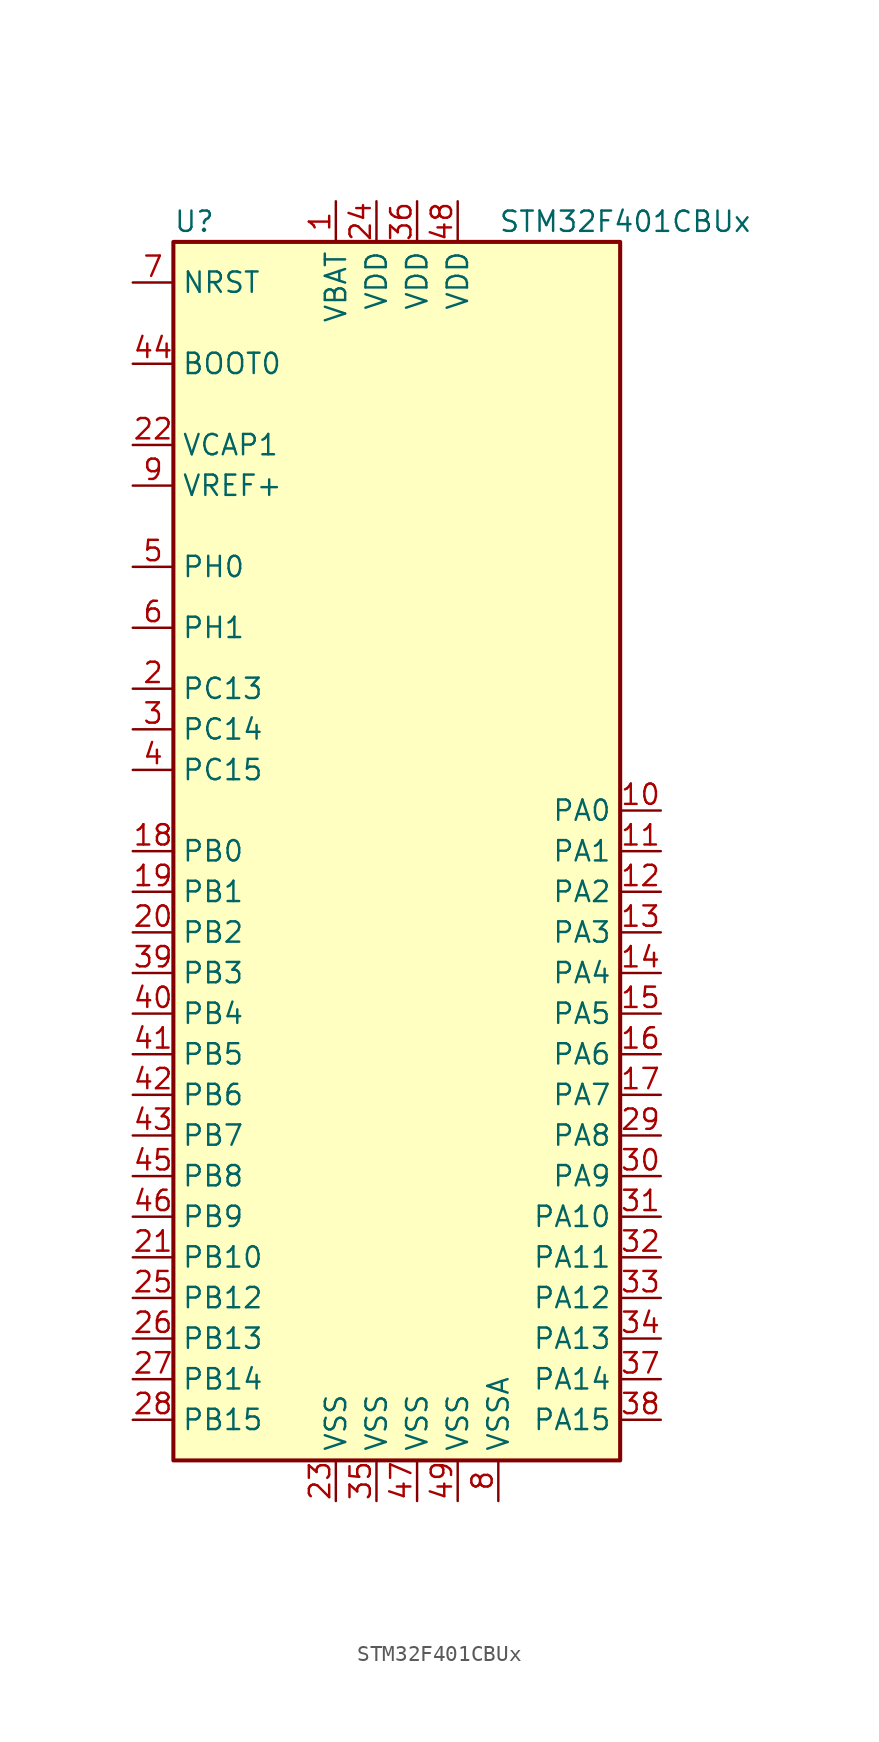
<source format=kicad_sym>
(kicad_symbol_lib
  (version 20220914)
  (generator kicad_symbol_editor)
  (symbol "STM32F401CBUx"
    (property "Reference" "U"
      (at -15.24 39.37 0)
      (effects (font (size 1.27 1.27)) (justify left)))
    (property "Value" "STM32F401CBUx"
      (at 5.08 39.37 0)
      (effects (font (size 1.27 1.27)) (justify left)))
    (symbol "STM32F401CBUx_0_1"
      (rectangle (start -15.24 -38.1) (end 12.7 38.1) (stroke (width 0.254) (type default)) (fill (type background))))
    (symbol "STM32F401CBUx_1_1"
      (pin power_in line (at -5.08 40.64 270) (length 2.54) (name "VBAT" (effects (font (size 1.27 1.27)))) (number "1" (effects (font (size 1.27 1.27)))))
      (pin bidirectional line (at 15.24 2.54 180) (length 2.54) (name "PA0" (effects (font (size 1.27 1.27)))) (number "10" (effects (font (size 1.27 1.27)))))
      (pin bidirectional line (at 15.24 0 180) (length 2.54) (name "PA1" (effects (font (size 1.27 1.27)))) (number "11" (effects (font (size 1.27 1.27)))))
      (pin bidirectional line (at 15.24 -2.54 180) (length 2.54) (name "PA2" (effects (font (size 1.27 1.27)))) (number "12" (effects (font (size 1.27 1.27)))))
      (pin bidirectional line (at 15.24 -5.08 180) (length 2.54) (name "PA3" (effects (font (size 1.27 1.27)))) (number "13" (effects (font (size 1.27 1.27)))))
      (pin bidirectional line (at 15.24 -7.62 180) (length 2.54) (name "PA4" (effects (font (size 1.27 1.27)))) (number "14" (effects (font (size 1.27 1.27)))))
      (pin bidirectional line (at 15.24 -10.16 180) (length 2.54) (name "PA5" (effects (font (size 1.27 1.27)))) (number "15" (effects (font (size 1.27 1.27)))))
      (pin bidirectional line (at 15.24 -12.7 180) (length 2.54) (name "PA6" (effects (font (size 1.27 1.27)))) (number "16" (effects (font (size 1.27 1.27)))))
      (pin bidirectional line (at 15.24 -15.24 180) (length 2.54) (name "PA7" (effects (font (size 1.27 1.27)))) (number "17" (effects (font (size 1.27 1.27)))))
      (pin bidirectional line (at -17.78 0 0) (length 2.54) (name "PB0" (effects (font (size 1.27 1.27)))) (number "18" (effects (font (size 1.27 1.27)))))
      (pin bidirectional line (at -17.78 -2.54 0) (length 2.54) (name "PB1" (effects (font (size 1.27 1.27)))) (number "19" (effects (font (size 1.27 1.27)))))
      (pin bidirectional line (at -17.78 10.16 0) (length 2.54) (name "PC13" (effects (font (size 1.27 1.27)))) (number "2" (effects (font (size 1.27 1.27)))))
      (pin bidirectional line (at -17.78 -5.08 0) (length 2.54) (name "PB2" (effects (font (size 1.27 1.27)))) (number "20" (effects (font (size 1.27 1.27)))))
      (pin bidirectional line (at -17.78 -25.4 0) (length 2.54) (name "PB10" (effects (font (size 1.27 1.27)))) (number "21" (effects (font (size 1.27 1.27)))))
      (pin power_out line (at -17.78 25.4 0) (length 2.54) (name "VCAP1" (effects (font (size 1.27 1.27)))) (number "22" (effects (font (size 1.27 1.27)))))
      (pin power_in line (at -5.08 -40.64 90) (length 2.54) (name "VSS" (effects (font (size 1.27 1.27)))) (number "23" (effects (font (size 1.27 1.27)))))
      (pin power_in line (at -2.54 40.64 270) (length 2.54) (name "VDD" (effects (font (size 1.27 1.27)))) (number "24" (effects (font (size 1.27 1.27)))))
      (pin bidirectional line (at -17.78 -27.94 0) (length 2.54) (name "PB12" (effects (font (size 1.27 1.27)))) (number "25" (effects (font (size 1.27 1.27)))))
      (pin bidirectional line (at -17.78 -30.48 0) (length 2.54) (name "PB13" (effects (font (size 1.27 1.27)))) (number "26" (effects (font (size 1.27 1.27)))))
      (pin bidirectional line (at -17.78 -33.02 0) (length 2.54) (name "PB14" (effects (font (size 1.27 1.27)))) (number "27" (effects (font (size 1.27 1.27)))))
      (pin bidirectional line (at -17.78 -35.56 0) (length 2.54) (name "PB15" (effects (font (size 1.27 1.27)))) (number "28" (effects (font (size 1.27 1.27)))))
      (pin bidirectional line (at 15.24 -17.78 180) (length 2.54) (name "PA8" (effects (font (size 1.27 1.27)))) (number "29" (effects (font (size 1.27 1.27)))))
      (pin bidirectional line (at -17.78 7.62 0) (length 2.54) (name "PC14" (effects (font (size 1.27 1.27)))) (number "3" (effects (font (size 1.27 1.27)))))
      (pin bidirectional line (at 15.24 -20.32 180) (length 2.54) (name "PA9" (effects (font (size 1.27 1.27)))) (number "30" (effects (font (size 1.27 1.27)))))
      (pin bidirectional line (at 15.24 -22.86 180) (length 2.54) (name "PA10" (effects (font (size 1.27 1.27)))) (number "31" (effects (font (size 1.27 1.27)))))
      (pin bidirectional line (at 15.24 -25.4 180) (length 2.54) (name "PA11" (effects (font (size 1.27 1.27)))) (number "32" (effects (font (size 1.27 1.27)))))
      (pin bidirectional line (at 15.24 -27.94 180) (length 2.54) (name "PA12" (effects (font (size 1.27 1.27)))) (number "33" (effects (font (size 1.27 1.27)))))
      (pin bidirectional line (at 15.24 -30.48 180) (length 2.54) (name "PA13" (effects (font (size 1.27 1.27)))) (number "34" (effects (font (size 1.27 1.27)))))
      (pin power_in line (at -2.54 -40.64 90) (length 2.54) (name "VSS" (effects (font (size 1.27 1.27)))) (number "35" (effects (font (size 1.27 1.27)))))
      (pin power_in line (at 0 40.64 270) (length 2.54) (name "VDD" (effects (font (size 1.27 1.27)))) (number "36" (effects (font (size 1.27 1.27)))))
      (pin bidirectional line (at 15.24 -33.02 180) (length 2.54) (name "PA14" (effects (font (size 1.27 1.27)))) (number "37" (effects (font (size 1.27 1.27)))))
      (pin bidirectional line (at 15.24 -35.56 180) (length 2.54) (name "PA15" (effects (font (size 1.27 1.27)))) (number "38" (effects (font (size 1.27 1.27)))))
      (pin bidirectional line (at -17.78 -7.62 0) (length 2.54) (name "PB3" (effects (font (size 1.27 1.27)))) (number "39" (effects (font (size 1.27 1.27)))))
      (pin bidirectional line (at -17.78 5.08 0) (length 2.54) (name "PC15" (effects (font (size 1.27 1.27)))) (number "4" (effects (font (size 1.27 1.27)))))
      (pin bidirectional line (at -17.78 -10.16 0) (length 2.54) (name "PB4" (effects (font (size 1.27 1.27)))) (number "40" (effects (font (size 1.27 1.27)))))
      (pin bidirectional line (at -17.78 -12.7 0) (length 2.54) (name "PB5" (effects (font (size 1.27 1.27)))) (number "41" (effects (font (size 1.27 1.27)))))
      (pin bidirectional line (at -17.78 -15.24 0) (length 2.54) (name "PB6" (effects (font (size 1.27 1.27)))) (number "42" (effects (font (size 1.27 1.27)))))
      (pin bidirectional line (at -17.78 -17.78 0) (length 2.54) (name "PB7" (effects (font (size 1.27 1.27)))) (number "43" (effects (font (size 1.27 1.27)))))
      (pin input line (at -17.78 30.48 0) (length 2.54) (name "BOOT0" (effects (font (size 1.27 1.27)))) (number "44" (effects (font (size 1.27 1.27)))))
      (pin bidirectional line (at -17.78 -20.32 0) (length 2.54) (name "PB8" (effects (font (size 1.27 1.27)))) (number "45" (effects (font (size 1.27 1.27)))))
      (pin bidirectional line (at -17.78 -22.86 0) (length 2.54) (name "PB9" (effects (font (size 1.27 1.27)))) (number "46" (effects (font (size 1.27 1.27)))))
      (pin power_in line (at 0 -40.64 90) (length 2.54) (name "VSS" (effects (font (size 1.27 1.27)))) (number "47" (effects (font (size 1.27 1.27)))))
      (pin power_in line (at 2.54 40.64 270) (length 2.54) (name "VDD" (effects (font (size 1.27 1.27)))) (number "48" (effects (font (size 1.27 1.27)))))
      (pin power_in line (at 2.54 -40.64 90) (length 2.54) (name "VSS" (effects (font (size 1.27 1.27)))) (number "49" (effects (font (size 1.27 1.27)))))
      (pin input line (at -17.78 17.78 0) (length 2.54) (name "PH0" (effects (font (size 1.27 1.27)))) (number "5" (effects (font (size 1.27 1.27)))))
      (pin input line (at -17.78 13.97 0) (length 2.54) (name "PH1" (effects (font (size 1.27 1.27)))) (number "6" (effects (font (size 1.27 1.27)))))
      (pin input line (at -17.78 35.56 0) (length 2.54) (name "NRST" (effects (font (size 1.27 1.27)))) (number "7" (effects (font (size 1.27 1.27)))))
      (pin power_in line (at 5.08 -40.64 90) (length 2.54) (name "VSSA" (effects (font (size 1.27 1.27)))) (number "8" (effects (font (size 1.27 1.27)))))
      (pin power_in line (at -17.78 22.86 0) (length 2.54) (name "VREF+" (effects (font (size 1.27 1.27)))) (number "9" (effects (font (size 1.27 1.27))))))))
</source>
